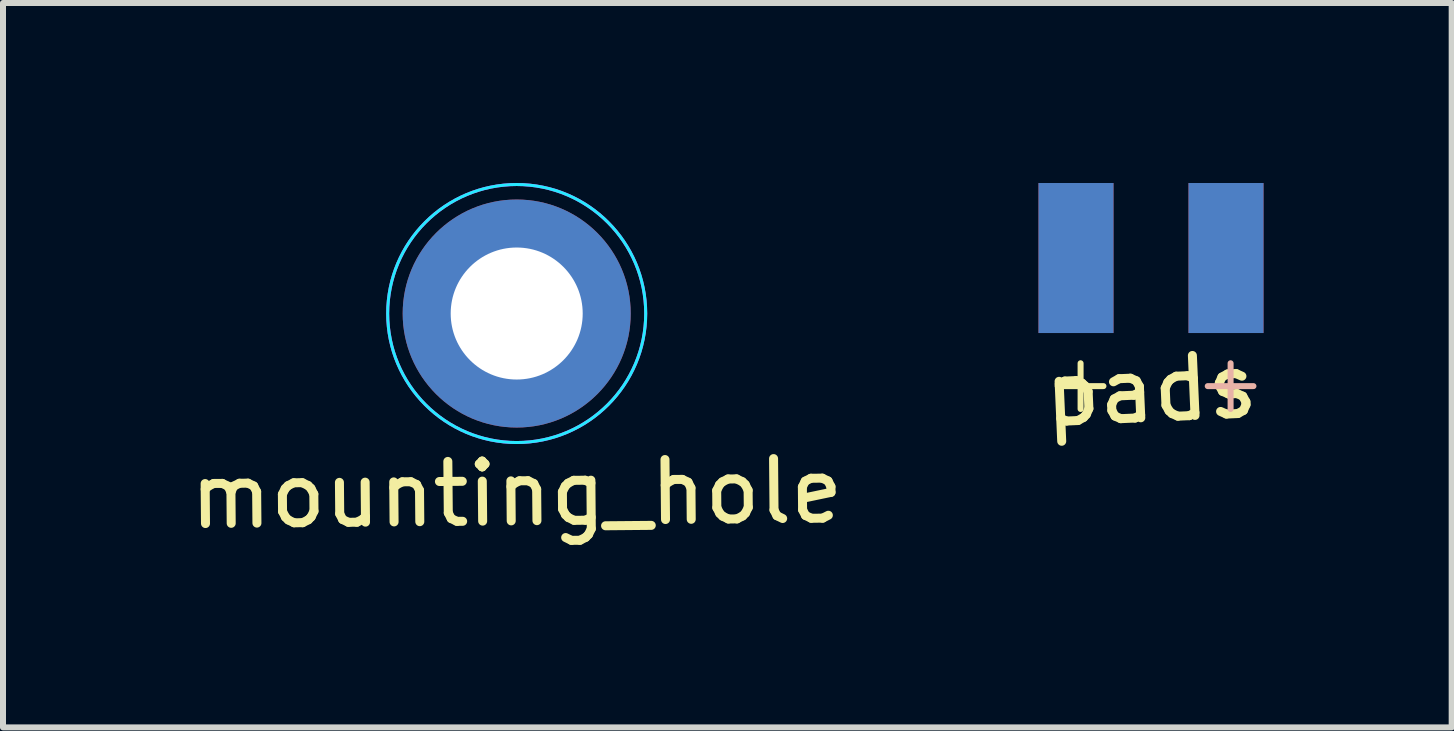
<source format=kicad_pcb>
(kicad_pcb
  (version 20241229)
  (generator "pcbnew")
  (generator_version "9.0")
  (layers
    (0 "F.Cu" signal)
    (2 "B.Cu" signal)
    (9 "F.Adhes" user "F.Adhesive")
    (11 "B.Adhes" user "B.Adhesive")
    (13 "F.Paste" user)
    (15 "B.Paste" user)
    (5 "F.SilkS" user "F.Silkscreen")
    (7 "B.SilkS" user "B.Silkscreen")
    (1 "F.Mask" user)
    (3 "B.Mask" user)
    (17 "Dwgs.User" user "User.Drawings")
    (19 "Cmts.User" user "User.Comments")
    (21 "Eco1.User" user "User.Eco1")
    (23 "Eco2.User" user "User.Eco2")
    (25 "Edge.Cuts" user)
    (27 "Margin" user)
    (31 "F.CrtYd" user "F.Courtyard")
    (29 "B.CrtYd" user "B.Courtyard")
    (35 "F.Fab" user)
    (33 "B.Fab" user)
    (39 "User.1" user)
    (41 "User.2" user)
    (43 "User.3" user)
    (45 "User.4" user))
  (footprint "mounting_hole"
    (layer "F.Cu")
    (at 5.561 2.175)
    (property "Reference" "mounting_hole" (at 0 3 0.5) (layer "F.SilkS") (effects (font (size 1 1) (thickness 0.15))))
    (attr through_hole)
    (fp_circle (center 0 0) (end -2.15 0) (stroke (width 0.05) (type solid)) (fill no) (layer "B.CrtYd"))
    (fp_circle (center 0 0) (end -2.15 0) (stroke (width 0.05) (type solid)) (fill no) (layer "F.CrtYd"))
    (pad "" thru_hole circle (at 0 0 180.5) (size 3.8 3.8) (drill 2.2) (layers "*.Cu" "*.Mask")))
  (footprint "pads"
    (layer "F.Cu")
    (at 16.132 1.25)
    (property "Reference" "pads" (at 0 2.2 2.5) (layer "F.SilkS") (effects (font (size 1 1) (thickness 0.15))))
    (attr smd)
    (fp_text user "+" (at -1.25 1.45 90) (layer "F.SilkS") (effects (font (size 1 1) (thickness 0.1)) (justify right)))
    (fp_text user "+" (at 1.25 1.45 90) (layer "B.SilkS") (effects (font (size 1 1) (thickness 0.1)) (justify left mirror)))
    (pad "1" smd rect (at -1.25 0) (size 1.25 2.5) (layers "F.Cu" "F.Mask" "F.Paste"))
    (pad "1" smd rect (at -1.25 0) (size 1.25 2.5) (layers "B.Cu" "B.Mask" "B.Paste"))
    (pad "2" smd rect (at 1.25 0) (size 1.25 2.5) (layers "F.Cu" "F.Mask" "F.Paste"))
    (pad "2" smd rect (at 1.25 0) (size 1.25 2.5) (layers "B.Cu" "B.Mask" "B.Paste")))
  (gr_rect
    (start -3 -3)
    (end 21.143 9.072)
    (stroke (width 0.1) (type default))
    (fill no)
    (layer "Edge.Cuts")))
</source>
